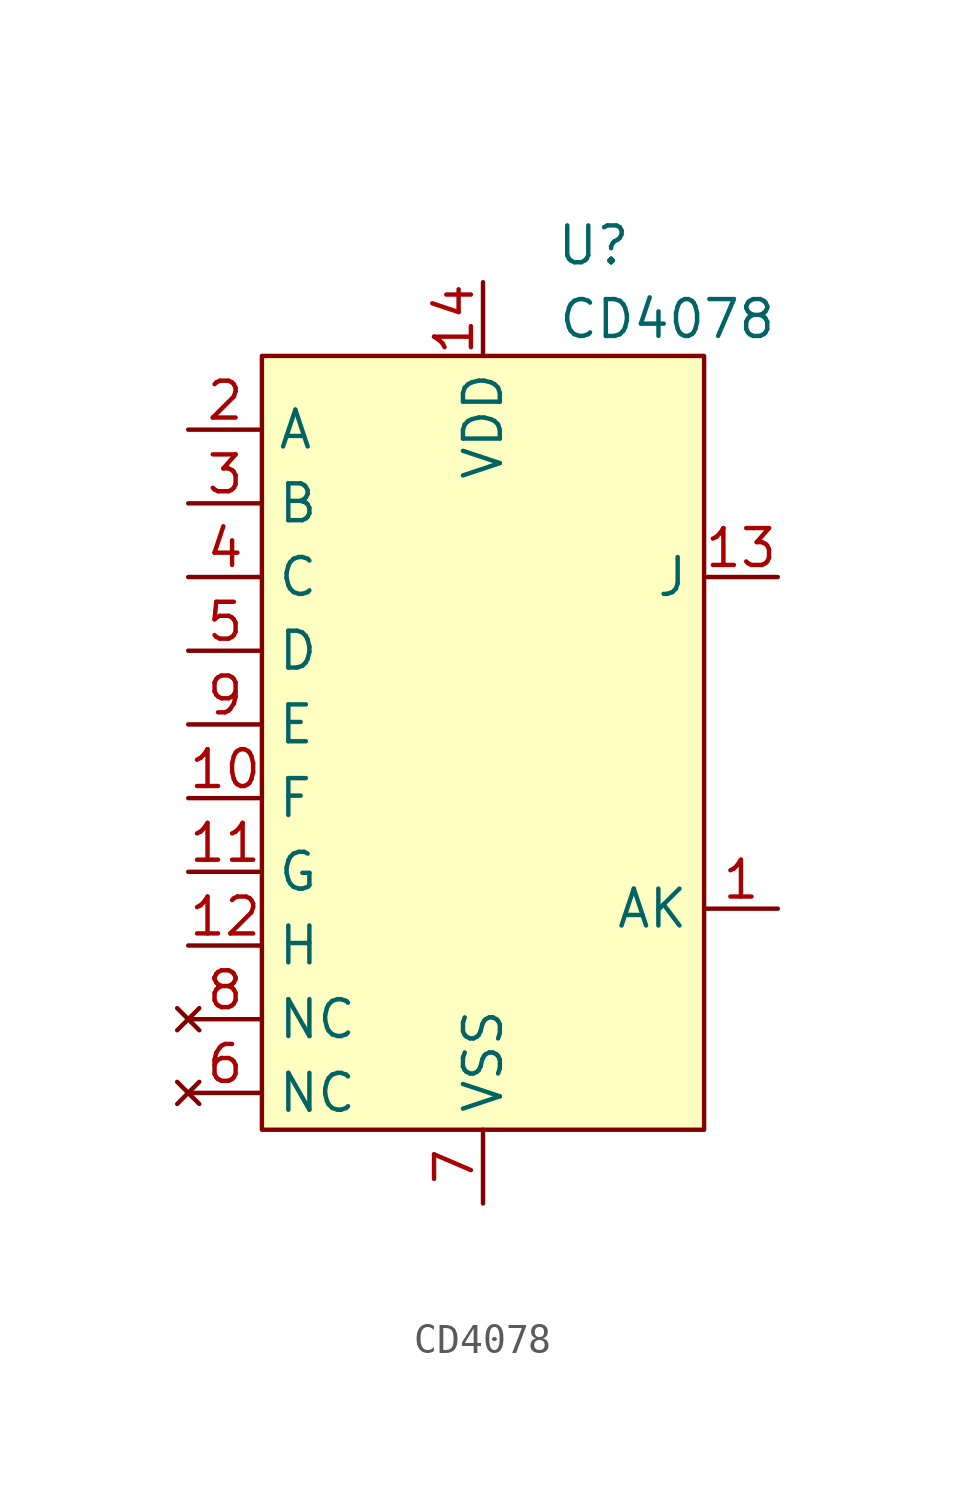
<source format=kicad_sym>
(kicad_symbol_lib
  (version 20211014)
  (generator kicad_symbol_editor)
  (symbol "CD4078"
    (property "Reference" "U"
      (at 3.81 3.81 0)
      (effects (font (size 1.27 1.27))))
    (property "Value" "CD4078"
      (at 6.35 1.27 0)
      (effects (font (size 1.27 1.27))))
    (symbol "CD4078_0_1"
      (rectangle (start -7.62 0) (end 7.62 -26.67) (stroke (width 0.152) (type default) (color 0 0 0 0)) (fill (type background))))
    (symbol "CD4078_1_1"
      (pin output line (at 10.16 -19.05 180) (length 2.54) (name "AK" (effects (font (size 1.27 1.27)))) (number "1" (effects (font (size 1.27 1.27)))))
      (pin input line (at -10.16 -15.24 0) (length 2.54) (name "F" (effects (font (size 1.27 1.27)))) (number "10" (effects (font (size 1.27 1.27)))))
      (pin input line (at -10.16 -17.78 0) (length 2.54) (name "G" (effects (font (size 1.27 1.27)))) (number "11" (effects (font (size 1.27 1.27)))))
      (pin input line (at -10.16 -20.32 0) (length 2.54) (name "H" (effects (font (size 1.27 1.27)))) (number "12" (effects (font (size 1.27 1.27)))))
      (pin output line (at 10.16 -7.62 180) (length 2.54) (name "J" (effects (font (size 1.27 1.27)))) (number "13" (effects (font (size 1.27 1.27)))))
      (pin power_in line (at 0 2.54 270) (length 2.54) (name "VDD" (effects (font (size 1.27 1.27)))) (number "14" (effects (font (size 1.27 1.27)))))
      (pin input line (at -10.16 -2.54 0) (length 2.54) (name "A" (effects (font (size 1.27 1.27)))) (number "2" (effects (font (size 1.27 1.27)))))
      (pin input line (at -10.16 -5.08 0) (length 2.54) (name "B" (effects (font (size 1.27 1.27)))) (number "3" (effects (font (size 1.27 1.27)))))
      (pin input line (at -10.16 -7.62 0) (length 2.54) (name "C" (effects (font (size 1.27 1.27)))) (number "4" (effects (font (size 1.27 1.27)))))
      (pin input line (at -10.16 -10.16 0) (length 2.54) (name "D" (effects (font (size 1.27 1.27)))) (number "5" (effects (font (size 1.27 1.27)))))
      (pin no_connect line (at -10.16 -25.4 0) (length 2.54) (name "NC" (effects (font (size 1.27 1.27)))) (number "6" (effects (font (size 1.27 1.27)))))
      (pin power_in line (at 0 -29.21 90) (length 2.54) (name "VSS" (effects (font (size 1.27 1.27)))) (number "7" (effects (font (size 1.27 1.27)))))
      (pin no_connect line (at -10.16 -22.86 0) (length 2.54) (name "NC" (effects (font (size 1.27 1.27)))) (number "8" (effects (font (size 1.27 1.27)))))
      (pin input line (at -10.16 -12.7 0) (length 2.54) (name "E" (effects (font (size 1.27 1.27)))) (number "9" (effects (font (size 1.27 1.27))))))))
</source>
